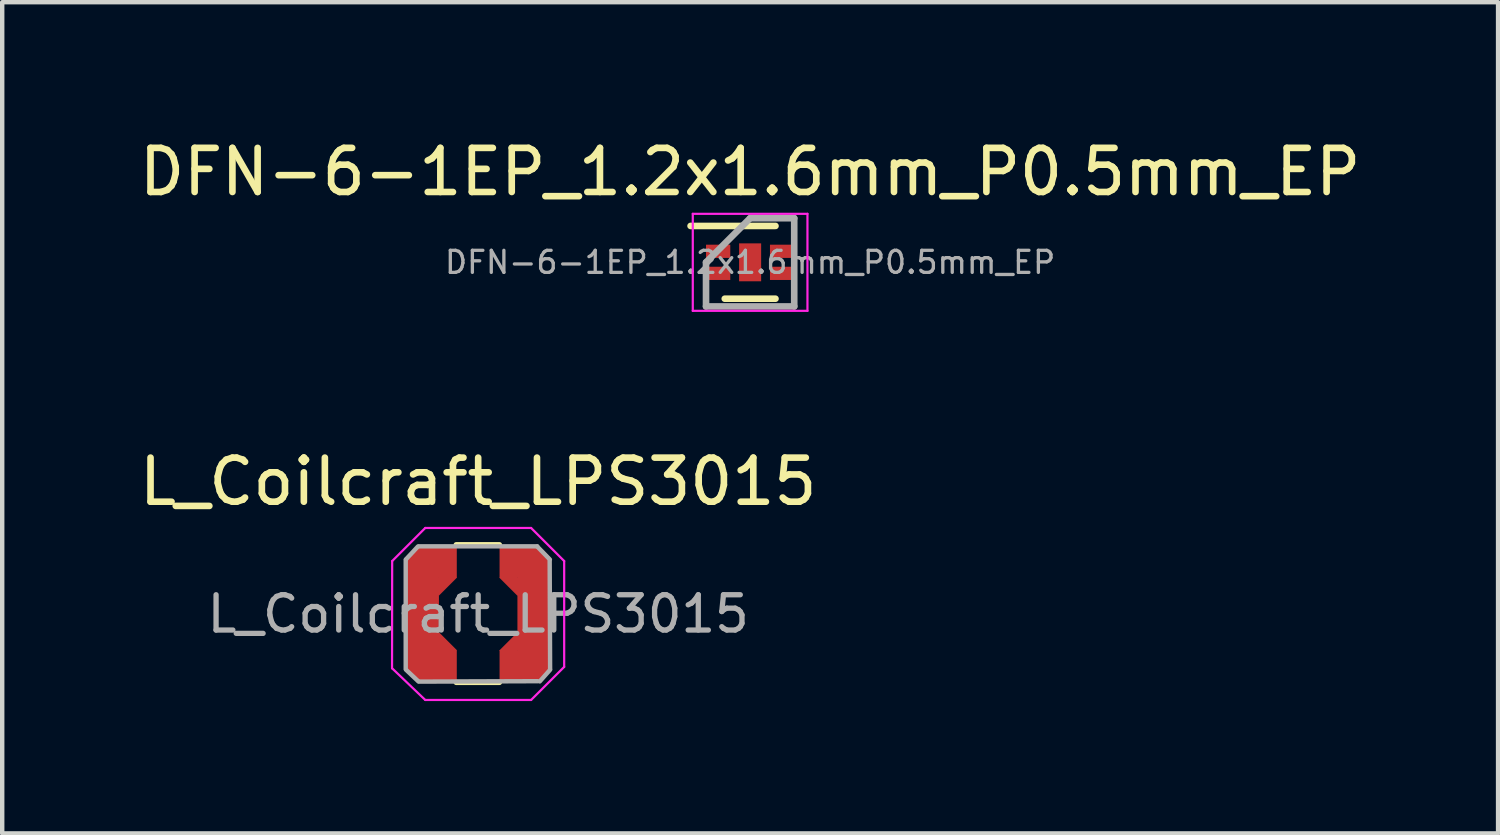
<source format=kicad_pcb>
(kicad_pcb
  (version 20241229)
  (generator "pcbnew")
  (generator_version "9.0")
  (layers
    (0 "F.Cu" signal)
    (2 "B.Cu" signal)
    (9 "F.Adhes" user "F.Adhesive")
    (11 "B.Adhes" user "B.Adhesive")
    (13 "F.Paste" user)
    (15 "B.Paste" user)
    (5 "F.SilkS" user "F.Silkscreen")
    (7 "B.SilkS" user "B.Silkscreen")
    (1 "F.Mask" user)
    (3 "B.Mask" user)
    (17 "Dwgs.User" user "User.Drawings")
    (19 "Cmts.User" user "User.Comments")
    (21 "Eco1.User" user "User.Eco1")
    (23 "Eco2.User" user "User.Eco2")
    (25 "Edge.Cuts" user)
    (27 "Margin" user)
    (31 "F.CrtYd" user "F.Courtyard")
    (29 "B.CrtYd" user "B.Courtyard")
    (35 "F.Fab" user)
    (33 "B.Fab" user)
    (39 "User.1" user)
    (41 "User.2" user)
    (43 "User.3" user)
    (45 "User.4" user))
  (footprint "L_Coilcraft_LPS3015"
    (layer "F.Cu")
    (at 7.792 10.871)
    (property "Reference" "L_Coilcraft_LPS3015" (at 0 -3 0) (layer "F.SilkS") (effects (font (size 1 1) (thickness 0.15))))
    (attr smd)
    (fp_line (start -0.498 -1.57) (end 0.482 -1.57) (stroke (width 0.12) (type solid)) (layer "F.SilkS"))
    (fp_line (start -0.498 1.552) (end 0.482 1.552) (stroke (width 0.12) (type solid)) (layer "F.SilkS"))
    (fp_line (start -1.95 -1.2) (end -1.953 1.234) (stroke (width 0.05) (type solid)) (layer "F.CrtYd"))
    (fp_line (start -1.2 -1.95) (end -1.95 -1.2) (stroke (width 0.05) (type solid)) (layer "F.CrtYd"))
    (fp_line (start -1.2 -1.95) (end 1.2 -1.95) (stroke (width 0.05) (type solid)) (layer "F.CrtYd"))
    (fp_line (start -1.2 1.95) (end -1.941 1.242) (stroke (width 0.05) (type solid)) (layer "F.CrtYd"))
    (fp_line (start -1.2 1.95) (end 1.2 1.95) (stroke (width 0.05) (type solid)) (layer "F.CrtYd"))
    (fp_line (start 1.2 -1.95) (end 1.95 -1.2) (stroke (width 0.05) (type solid)) (layer "F.CrtYd"))
    (fp_line (start 1.2 1.95) (end 1.95 1.2) (stroke (width 0.05) (type solid)) (layer "F.CrtYd"))
    (fp_line (start 1.95 -1.2) (end 1.95 1.2) (stroke (width 0.05) (type solid)) (layer "F.CrtYd"))
    (fp_line (start -1.643 1.247) (end -1.643 -1.229) (stroke (width 0.1) (type solid)) (layer "F.Fab"))
    (fp_line (start -1.636 -1.24) (end -1.367 -1.529) (stroke (width 0.1) (type solid)) (layer "F.Fab"))
    (fp_line (start -1.636 1.265) (end -1.361 1.524) (stroke (width 0.1) (type solid)) (layer "F.Fab"))
    (fp_line (start -1.344 -1.534) (end 1.339 -1.534) (stroke (width 0.1) (type solid)) (layer "F.Fab"))
    (fp_line (start 1.339 -1.529) (end 1.626 -1.234) (stroke (width 0.1) (type solid)) (layer "F.Fab"))
    (fp_line (start 1.349 1.524) (end -1.344 1.534) (stroke (width 0.1) (type solid)) (layer "F.Fab"))
    (fp_line (start 1.397 1.529) (end 1.631 1.265) (stroke (width 0.1) (type solid)) (layer "F.Fab"))
    (fp_line (start 1.621 -1.199) (end 1.631 1.247) (stroke (width 0.1) (type solid)) (layer "F.Fab"))
    (fp_text user "${REFERENCE}" (at 0 0 0) (layer "F.Fab") (effects (font (size 0.8 0.8) (thickness 0.12))))
    (pad "1" smd rect (at -1.397 -1.27 135) (size 0.36 0.36) (layers "F.Cu" "F.Mask" "F.Paste"))
    (pad "1" smd rect (at -1.397 1.27 225.5) (size 0.36 0.36) (layers "F.Cu" "F.Mask" "F.Paste"))
    (pad "1" smd rect (at -1.27 0) (size 0.76 2.54) (layers "F.Cu" "F.Mask" "F.Paste"))
    (pad "1" smd rect (at -0.94 -1.175) (size 0.91 0.7) (layers "F.Cu" "F.Mask" "F.Paste"))
    (pad "1" smd rect (at -0.94 1.175) (size 0.91 0.7) (layers "F.Cu" "F.Mask" "F.Paste"))
    (pad "1" smd rect (at -0.792 -0.726 135) (size 0.3 0.58) (layers "F.Cu" "F.Mask" "F.Paste"))
    (pad "1" smd rect (at -0.792 0.724 225) (size 0.3 0.58) (layers "F.Cu" "F.Mask" "F.Paste"))
    (pad "2" smd rect (at 0.79 -0.724 225) (size 0.3 0.58) (layers "F.Cu" "F.Mask" "F.Paste"))
    (pad "2" smd rect (at 0.79 0.729 135) (size 0.3 0.58) (layers "F.Cu" "F.Mask" "F.Paste"))
    (pad "2" smd rect (at 0.94 -1.175) (size 0.91 0.7) (layers "F.Cu" "F.Mask" "F.Paste"))
    (pad "2" smd rect (at 0.94 1.175) (size 0.91 0.7) (layers "F.Cu" "F.Mask" "F.Paste"))
    (pad "2" smd rect (at 1.27 0) (size 0.76 2.54) (layers "F.Cu" "F.Mask" "F.Paste"))
    (pad "2" smd rect (at 1.397 -1.27 225) (size 0.36 0.36) (layers "F.Cu" "F.Mask" "F.Paste"))
    (pad "2" smd rect (at 1.397 1.27 135.7) (size 0.36 0.36) (layers "F.Cu" "F.Mask" "F.Paste")))
  (footprint "DFN-6-1EP_1.2x1.6mm_P0.5mm_EP"
    (layer "F.Cu")
    (at 13.958 2.898)
    (property "Reference" "DFN-6-1EP_1.2x1.6mm_P0.5mm_EP" (at 0 -2.05 0) (layer "F.SilkS") (effects (font (size 1 1) (thickness 0.15))))
    (attr smd)
    (fp_line (start -1.35 -0.825) (end 0.575 -0.825) (stroke (width 0.15) (type solid)) (layer "F.SilkS"))
    (fp_line (start -0.575 0.825) (end 0.575 0.825) (stroke (width 0.15) (type solid)) (layer "F.SilkS"))
    (fp_line (start -1.3 -1.1) (end -1.3 1.1) (stroke (width 0.05) (type solid)) (layer "F.CrtYd"))
    (fp_line (start -1.3 -1.1) (end 1.3 -1.1) (stroke (width 0.05) (type solid)) (layer "F.CrtYd"))
    (fp_line (start -1.3 1.1) (end 1.3 1.1) (stroke (width 0.05) (type solid)) (layer "F.CrtYd"))
    (fp_line (start 1.3 -1.1) (end 1.3 1.1) (stroke (width 0.05) (type solid)) (layer "F.CrtYd"))
    (fp_line (start -1 0) (end 0 -1) (stroke (width 0.15) (type solid)) (layer "F.Fab"))
    (fp_line (start -1 1) (end -1 0) (stroke (width 0.15) (type solid)) (layer "F.Fab"))
    (fp_line (start 0 -1) (end 1 -1) (stroke (width 0.15) (type solid)) (layer "F.Fab"))
    (fp_line (start 1 -1) (end 1 1) (stroke (width 0.15) (type solid)) (layer "F.Fab"))
    (fp_line (start 1 1) (end -1 1) (stroke (width 0.15) (type solid)) (layer "F.Fab"))
    (fp_text user "${REFERENCE}" (at 0 0 0) (layer "F.Fab") (effects (font (size 0.5 0.5) (thickness 0.075))))
    (pad "1" smd rect (at -0.725 -0.25) (size 0.55 0.3) (layers "F.Cu" "F.Mask" "F.Paste"))
    (pad "2" smd rect (at -0.725 0.25) (size 0.55 0.3) (layers "F.Cu" "F.Mask" "F.Paste"))
    (pad "3" smd rect (at 0.725 0.25) (size 0.55 0.3) (layers "F.Cu" "F.Mask" "F.Paste"))
    (pad "4" smd rect (at 0.725 -0.25) (size 0.55 0.3) (layers "F.Cu" "F.Mask" "F.Paste"))
    (pad "5" smd rect (at 0 0) (size 0.5 0.86) (layers "F.Cu" "F.Mask")))
  (gr_rect
    (start -3 -3)
    (end 30.917 15.847)
    (stroke (width 0.1) (type default))
    (fill no)
    (layer "Edge.Cuts")))
</source>
